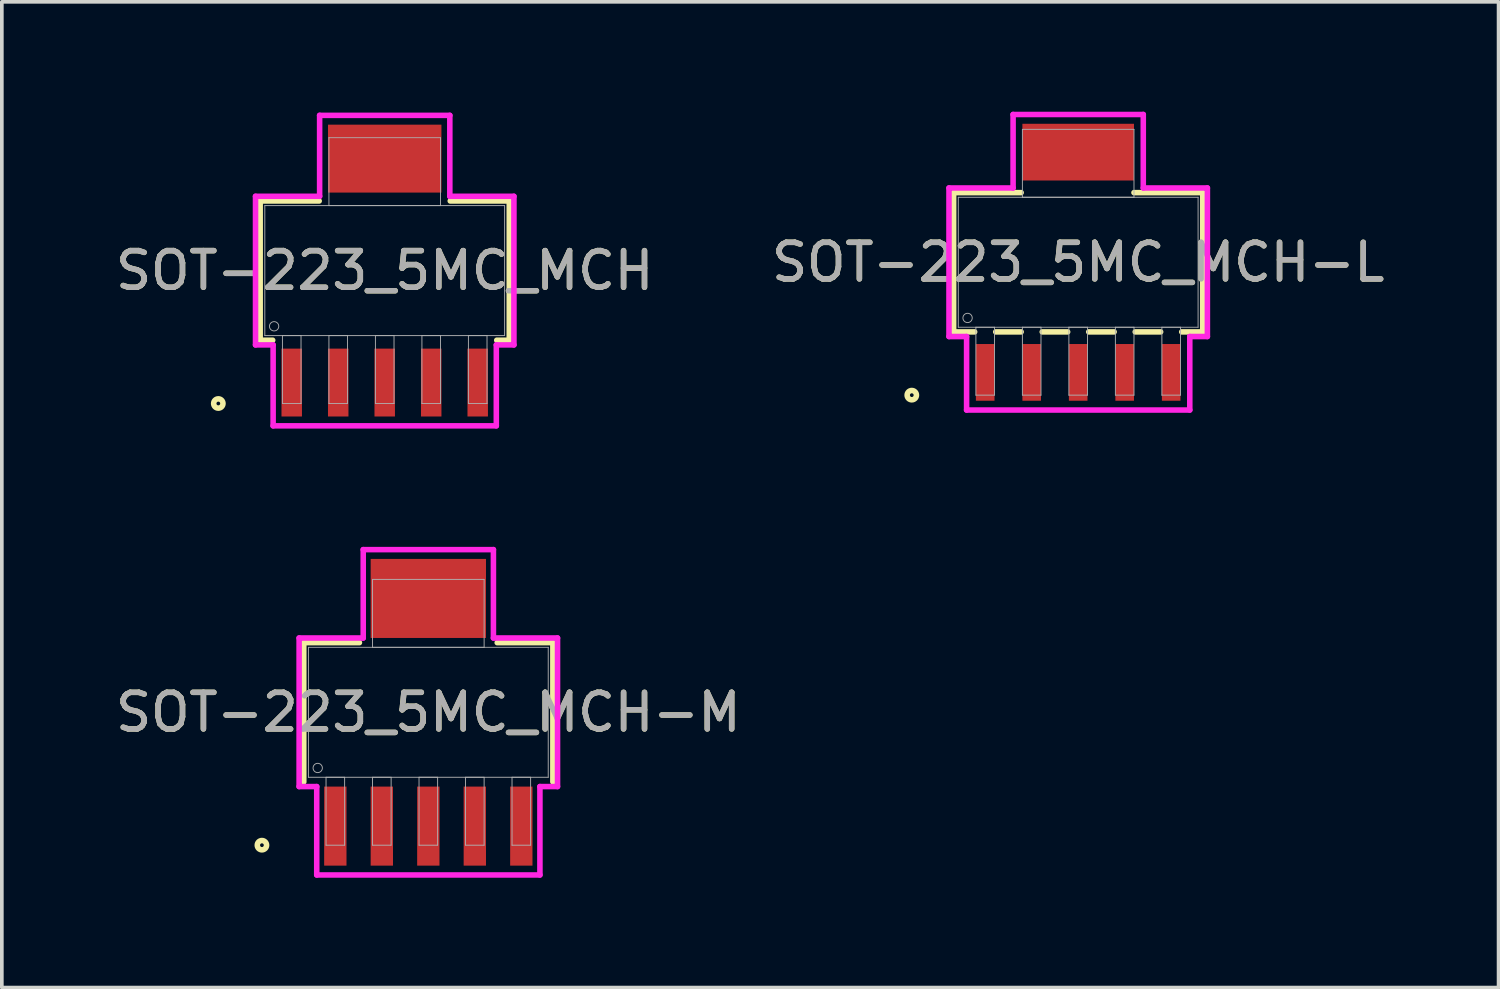
<source format=kicad_pcb>
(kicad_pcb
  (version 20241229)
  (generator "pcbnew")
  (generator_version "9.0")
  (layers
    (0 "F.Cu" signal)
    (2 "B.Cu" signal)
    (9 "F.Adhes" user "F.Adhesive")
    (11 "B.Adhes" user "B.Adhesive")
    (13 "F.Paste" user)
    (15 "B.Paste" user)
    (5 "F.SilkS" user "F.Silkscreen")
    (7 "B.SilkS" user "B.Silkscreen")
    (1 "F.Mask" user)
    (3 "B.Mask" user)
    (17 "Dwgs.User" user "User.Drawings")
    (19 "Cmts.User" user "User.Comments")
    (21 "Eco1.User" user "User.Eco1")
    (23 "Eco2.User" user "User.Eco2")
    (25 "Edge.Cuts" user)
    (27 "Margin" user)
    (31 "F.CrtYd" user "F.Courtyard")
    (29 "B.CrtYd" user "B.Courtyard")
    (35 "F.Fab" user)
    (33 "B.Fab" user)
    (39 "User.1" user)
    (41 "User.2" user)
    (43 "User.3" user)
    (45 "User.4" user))
  (footprint "SOT-223_5MC_MCH-L"
    (layer "F.Cu")
    (at 26.399 4.113)
    (property "Reference" "SOT-223_5MC_MCH-L" (at 0 0 0) (unlocked yes) (layer "F.SilkS") (effects (font (size 1 1) (thickness 0.15))))
    (attr smd)
    (fp_poly (pts (xy 1.524 -3.782) (xy -1.524 -3.782) (xy -1.524 -2.233) (xy 1.524 -2.233)) (stroke (width 0) (type solid)) (fill yes) (layer "F.Cu"))
    (fp_poly (pts (xy 1.524 -3.935) (xy -1.524 -3.935) (xy -1.524 -1.979) (xy 1.524 -1.979)) (stroke (width 0) (type solid)) (fill yes) (layer "F.Mask"))
    (fp_line (start -3.402 -1.902) (end -3.402 1.902) (stroke (width 0.152) (type solid)) (layer "F.SilkS"))
    (fp_line (start -3.402 1.902) (end -2.828 1.902) (stroke (width 0.152) (type solid)) (layer "F.SilkS"))
    (fp_line (start -2.252 1.902) (end -1.558 1.902) (stroke (width 0.152) (type solid)) (layer "F.SilkS"))
    (fp_line (start -1.558 -1.902) (end -3.402 -1.902) (stroke (width 0.152) (type solid)) (layer "F.SilkS"))
    (fp_line (start -0.982 1.902) (end -0.288 1.902) (stroke (width 0.152) (type solid)) (layer "F.SilkS"))
    (fp_line (start 0.288 1.902) (end 0.982 1.902) (stroke (width 0.152) (type solid)) (layer "F.SilkS"))
    (fp_line (start 1.558 1.902) (end 2.252 1.902) (stroke (width 0.152) (type solid)) (layer "F.SilkS"))
    (fp_line (start 2.828 1.902) (end 3.402 1.902) (stroke (width 0.152) (type solid)) (layer "F.SilkS"))
    (fp_line (start 3.402 -1.902) (end 1.524 -1.902) (stroke (width 0.152) (type solid)) (layer "F.SilkS"))
    (fp_line (start 3.402 1.902) (end 3.402 -1.902) (stroke (width 0.152) (type solid)) (layer "F.SilkS"))
    (fp_circle (center -4.545 3.63) (end -4.418 3.63) (stroke (width 0.152) (type solid)) (fill no) (layer "F.SilkS"))
    (fp_poly (pts (xy 1.524 -3.782) (xy -1.524 -3.782) (xy -1.524 -2.233) (xy 1.524 -2.233)) (stroke (width 0) (type solid)) (fill yes) (layer "F.Paste"))
    (fp_line (start -3.529 -2.029) (end -1.778 -2.029) (stroke (width 0.152) (type solid)) (layer "F.CrtYd"))
    (fp_line (start -3.529 2.029) (end -3.529 -2.029) (stroke (width 0.152) (type solid)) (layer "F.CrtYd"))
    (fp_line (start -3.048 2.029) (end -3.529 2.029) (stroke (width 0.152) (type solid)) (layer "F.CrtYd"))
    (fp_line (start -3.048 4.036) (end -3.048 2.029) (stroke (width 0.152) (type solid)) (layer "F.CrtYd"))
    (fp_line (start -1.778 -4.036) (end 1.778 -4.036) (stroke (width 0.152) (type solid)) (layer "F.CrtYd"))
    (fp_line (start -1.778 -2.029) (end -1.778 -4.036) (stroke (width 0.152) (type solid)) (layer "F.CrtYd"))
    (fp_line (start 1.778 -4.036) (end 1.778 -2.029) (stroke (width 0.152) (type solid)) (layer "F.CrtYd"))
    (fp_line (start 1.778 -2.029) (end 3.529 -2.029) (stroke (width 0.152) (type solid)) (layer "F.CrtYd"))
    (fp_line (start 3.048 2.029) (end 3.048 4.036) (stroke (width 0.152) (type solid)) (layer "F.CrtYd"))
    (fp_line (start 3.048 4.036) (end -3.048 4.036) (stroke (width 0.152) (type solid)) (layer "F.CrtYd"))
    (fp_line (start 3.529 -2.029) (end 3.529 2.029) (stroke (width 0.152) (type solid)) (layer "F.CrtYd"))
    (fp_line (start 3.529 2.029) (end 3.048 2.029) (stroke (width 0.152) (type solid)) (layer "F.CrtYd"))
    (fp_line (start -3.275 -1.775) (end -3.275 1.775) (stroke (width 0.025) (type solid)) (layer "F.Fab"))
    (fp_line (start -3.275 1.775) (end 3.275 1.775) (stroke (width 0.025) (type solid)) (layer "F.Fab"))
    (fp_line (start -2.794 1.775) (end -2.794 3.63) (stroke (width 0.025) (type solid)) (layer "F.Fab"))
    (fp_line (start -2.794 3.63) (end -2.286 3.63) (stroke (width 0.025) (type solid)) (layer "F.Fab"))
    (fp_line (start -2.286 1.775) (end -2.794 1.775) (stroke (width 0.025) (type solid)) (layer "F.Fab"))
    (fp_line (start -2.286 3.63) (end -2.286 1.775) (stroke (width 0.025) (type solid)) (layer "F.Fab"))
    (fp_line (start -1.524 -3.63) (end -1.524 -1.775) (stroke (width 0.025) (type solid)) (layer "F.Fab"))
    (fp_line (start -1.524 -1.775) (end 1.524 -1.775) (stroke (width 0.025) (type solid)) (layer "F.Fab"))
    (fp_line (start -1.524 1.775) (end -1.524 3.63) (stroke (width 0.025) (type solid)) (layer "F.Fab"))
    (fp_line (start -1.524 3.63) (end -1.016 3.63) (stroke (width 0.025) (type solid)) (layer "F.Fab"))
    (fp_line (start -1.016 1.775) (end -1.524 1.775) (stroke (width 0.025) (type solid)) (layer "F.Fab"))
    (fp_line (start -1.016 3.63) (end -1.016 1.775) (stroke (width 0.025) (type solid)) (layer "F.Fab"))
    (fp_line (start -0.254 1.775) (end -0.254 3.63) (stroke (width 0.025) (type solid)) (layer "F.Fab"))
    (fp_line (start -0.254 3.63) (end 0.254 3.63) (stroke (width 0.025) (type solid)) (layer "F.Fab"))
    (fp_line (start 0.254 1.775) (end -0.254 1.775) (stroke (width 0.025) (type solid)) (layer "F.Fab"))
    (fp_line (start 0.254 3.63) (end 0.254 1.775) (stroke (width 0.025) (type solid)) (layer "F.Fab"))
    (fp_line (start 1.016 1.775) (end 1.016 3.63) (stroke (width 0.025) (type solid)) (layer "F.Fab"))
    (fp_line (start 1.016 3.63) (end 1.524 3.63) (stroke (width 0.025) (type solid)) (layer "F.Fab"))
    (fp_line (start 1.524 -3.63) (end -1.524 -3.63) (stroke (width 0.025) (type solid)) (layer "F.Fab"))
    (fp_line (start 1.524 -1.775) (end 1.524 -3.63) (stroke (width 0.025) (type solid)) (layer "F.Fab"))
    (fp_line (start 1.524 1.775) (end 1.016 1.775) (stroke (width 0.025) (type solid)) (layer "F.Fab"))
    (fp_line (start 1.524 3.63) (end 1.524 1.775) (stroke (width 0.025) (type solid)) (layer "F.Fab"))
    (fp_line (start 2.286 1.775) (end 2.286 3.63) (stroke (width 0.025) (type solid)) (layer "F.Fab"))
    (fp_line (start 2.286 3.63) (end 2.794 3.63) (stroke (width 0.025) (type solid)) (layer "F.Fab"))
    (fp_line (start 2.794 1.775) (end 2.286 1.775) (stroke (width 0.025) (type solid)) (layer "F.Fab"))
    (fp_line (start 2.794 3.63) (end 2.794 1.775) (stroke (width 0.025) (type solid)) (layer "F.Fab"))
    (fp_line (start 3.275 -1.775) (end -3.275 -1.775) (stroke (width 0.025) (type solid)) (layer "F.Fab"))
    (fp_line (start 3.275 1.775) (end 3.275 -1.775) (stroke (width 0.025) (type solid)) (layer "F.Fab"))
    (fp_circle (center -3.021 1.521) (end -2.894 1.521) (stroke (width 0.025) (type solid)) (fill no) (layer "F.Fab"))
    (fp_text user "${REFERENCE}" (at 0 0 0) (unlocked yes) (layer "F.Fab") (effects (font (size 1 1) (thickness 0.15))))
    (pad "1" smd rect (at -2.54 3.008) (size 0.508 1.549) (layers "F.Cu" "F.Mask" "F.Paste"))
    (pad "2" smd rect (at -1.27 3.008) (size 0.508 1.549) (layers "F.Cu" "F.Mask" "F.Paste"))
    (pad "3" smd rect (at 0 3.008) (size 0.508 1.549) (layers "F.Cu" "F.Mask" "F.Paste"))
    (pad "4" smd rect (at 1.27 3.008) (size 0.508 1.549) (layers "F.Cu" "F.Mask" "F.Paste"))
    (pad "5" smd rect (at 2.54 3.008) (size 0.508 1.549) (layers "F.Cu" "F.Mask" "F.Paste")))
  (footprint "SOT-223_5MC_MCH-M"
    (layer "F.Cu")
    (at 8.649 16.405)
    (property "Reference" "SOT-223_5MC_MCH-M" (at 0 0 0) (unlocked yes) (layer "F.SilkS") (effects (font (size 1 1) (thickness 0.15))))
    (attr smd)
    (fp_poly (pts (xy 1.575 -4.189) (xy -1.575 -4.189) (xy -1.575 -2.03) (xy 1.575 -2.03)) (stroke (width 0) (type solid)) (fill yes) (layer "F.Cu"))
    (fp_poly (pts (xy 1.626 -4.748) (xy -1.626 -4.748) (xy -1.626 -1.573) (xy 1.626 -1.573)) (stroke (width 0) (type solid)) (fill yes) (layer "F.Mask"))
    (fp_line (start -3.402 -1.902) (end -3.402 1.902) (stroke (width 0.152) (type solid)) (layer "F.SilkS"))
    (fp_line (start -1.882 -1.902) (end -3.402 -1.902) (stroke (width 0.152) (type solid)) (layer "F.SilkS"))
    (fp_line (start 3.402 -1.902) (end 1.882 -1.902) (stroke (width 0.152) (type solid)) (layer "F.SilkS"))
    (fp_line (start 3.402 1.902) (end 3.402 -1.902) (stroke (width 0.152) (type solid)) (layer "F.SilkS"))
    (fp_circle (center -4.545 3.63) (end -4.418 3.63) (stroke (width 0.152) (type solid)) (fill no) (layer "F.SilkS"))
    (fp_poly (pts (xy 1.575 -4.189) (xy -1.575 -4.189) (xy -1.575 -2.03) (xy 1.575 -2.03)) (stroke (width 0) (type solid)) (fill yes) (layer "F.Paste"))
    (fp_line (start -3.529 -2.029) (end -1.778 -2.029) (stroke (width 0.152) (type solid)) (layer "F.CrtYd"))
    (fp_line (start -3.529 2.029) (end -3.529 -2.029) (stroke (width 0.152) (type solid)) (layer "F.CrtYd"))
    (fp_line (start -3.048 2.029) (end -3.529 2.029) (stroke (width 0.152) (type solid)) (layer "F.CrtYd"))
    (fp_line (start -3.048 4.443) (end -3.048 2.029) (stroke (width 0.152) (type solid)) (layer "F.CrtYd"))
    (fp_line (start -1.778 -4.443) (end 1.778 -4.443) (stroke (width 0.152) (type solid)) (layer "F.CrtYd"))
    (fp_line (start -1.778 -2.029) (end -1.778 -4.443) (stroke (width 0.152) (type solid)) (layer "F.CrtYd"))
    (fp_line (start 1.778 -4.443) (end 1.778 -2.029) (stroke (width 0.152) (type solid)) (layer "F.CrtYd"))
    (fp_line (start 1.778 -2.029) (end 3.529 -2.029) (stroke (width 0.152) (type solid)) (layer "F.CrtYd"))
    (fp_line (start 3.048 2.029) (end 3.048 4.443) (stroke (width 0.152) (type solid)) (layer "F.CrtYd"))
    (fp_line (start 3.048 4.443) (end -3.048 4.443) (stroke (width 0.152) (type solid)) (layer "F.CrtYd"))
    (fp_line (start 3.529 -2.029) (end 3.529 2.029) (stroke (width 0.152) (type solid)) (layer "F.CrtYd"))
    (fp_line (start 3.529 2.029) (end 3.048 2.029) (stroke (width 0.152) (type solid)) (layer "F.CrtYd"))
    (fp_line (start -3.275 -1.775) (end -3.275 1.775) (stroke (width 0.025) (type solid)) (layer "F.Fab"))
    (fp_line (start -3.275 1.775) (end 3.275 1.775) (stroke (width 0.025) (type solid)) (layer "F.Fab"))
    (fp_line (start -2.794 1.775) (end -2.794 3.63) (stroke (width 0.025) (type solid)) (layer "F.Fab"))
    (fp_line (start -2.794 3.63) (end -2.286 3.63) (stroke (width 0.025) (type solid)) (layer "F.Fab"))
    (fp_line (start -2.286 1.775) (end -2.794 1.775) (stroke (width 0.025) (type solid)) (layer "F.Fab"))
    (fp_line (start -2.286 3.63) (end -2.286 1.775) (stroke (width 0.025) (type solid)) (layer "F.Fab"))
    (fp_line (start -1.524 -3.63) (end -1.524 -1.775) (stroke (width 0.025) (type solid)) (layer "F.Fab"))
    (fp_line (start -1.524 -1.775) (end 1.524 -1.775) (stroke (width 0.025) (type solid)) (layer "F.Fab"))
    (fp_line (start -1.524 1.775) (end -1.524 3.63) (stroke (width 0.025) (type solid)) (layer "F.Fab"))
    (fp_line (start -1.524 3.63) (end -1.016 3.63) (stroke (width 0.025) (type solid)) (layer "F.Fab"))
    (fp_line (start -1.016 1.775) (end -1.524 1.775) (stroke (width 0.025) (type solid)) (layer "F.Fab"))
    (fp_line (start -1.016 3.63) (end -1.016 1.775) (stroke (width 0.025) (type solid)) (layer "F.Fab"))
    (fp_line (start -0.254 1.775) (end -0.254 3.63) (stroke (width 0.025) (type solid)) (layer "F.Fab"))
    (fp_line (start -0.254 3.63) (end 0.254 3.63) (stroke (width 0.025) (type solid)) (layer "F.Fab"))
    (fp_line (start 0.254 1.775) (end -0.254 1.775) (stroke (width 0.025) (type solid)) (layer "F.Fab"))
    (fp_line (start 0.254 3.63) (end 0.254 1.775) (stroke (width 0.025) (type solid)) (layer "F.Fab"))
    (fp_line (start 1.016 1.775) (end 1.016 3.63) (stroke (width 0.025) (type solid)) (layer "F.Fab"))
    (fp_line (start 1.016 3.63) (end 1.524 3.63) (stroke (width 0.025) (type solid)) (layer "F.Fab"))
    (fp_line (start 1.524 -3.63) (end -1.524 -3.63) (stroke (width 0.025) (type solid)) (layer "F.Fab"))
    (fp_line (start 1.524 -1.775) (end 1.524 -3.63) (stroke (width 0.025) (type solid)) (layer "F.Fab"))
    (fp_line (start 1.524 1.775) (end 1.016 1.775) (stroke (width 0.025) (type solid)) (layer "F.Fab"))
    (fp_line (start 1.524 3.63) (end 1.524 1.775) (stroke (width 0.025) (type solid)) (layer "F.Fab"))
    (fp_line (start 2.286 1.775) (end 2.286 3.63) (stroke (width 0.025) (type solid)) (layer "F.Fab"))
    (fp_line (start 2.286 3.63) (end 2.794 3.63) (stroke (width 0.025) (type solid)) (layer "F.Fab"))
    (fp_line (start 2.794 1.775) (end 2.286 1.775) (stroke (width 0.025) (type solid)) (layer "F.Fab"))
    (fp_line (start 2.794 3.63) (end 2.794 1.775) (stroke (width 0.025) (type solid)) (layer "F.Fab"))
    (fp_line (start 3.275 -1.775) (end -3.275 -1.775) (stroke (width 0.025) (type solid)) (layer "F.Fab"))
    (fp_line (start 3.275 1.775) (end 3.275 -1.775) (stroke (width 0.025) (type solid)) (layer "F.Fab"))
    (fp_circle (center -3.021 1.521) (end -2.894 1.521) (stroke (width 0.025) (type solid)) (fill no) (layer "F.Fab"))
    (fp_text user "${REFERENCE}" (at 0 0 0) (unlocked yes) (layer "F.Fab") (effects (font (size 1 1) (thickness 0.15))))
    (pad "1" smd rect (at -2.54 3.109) (size 0.61 2.159) (layers "F.Cu" "F.Mask" "F.Paste"))
    (pad "2" smd rect (at -1.27 3.109) (size 0.61 2.159) (layers "F.Cu" "F.Mask" "F.Paste"))
    (pad "3" smd rect (at 0 3.109) (size 0.61 2.159) (layers "F.Cu" "F.Mask" "F.Paste"))
    (pad "4" smd rect (at 1.27 3.109) (size 0.61 2.159) (layers "F.Cu" "F.Mask" "F.Paste"))
    (pad "5" smd rect (at 2.54 3.109) (size 0.61 2.159) (layers "F.Cu" "F.Mask" "F.Paste")))
  (footprint "SOT-223_5MC_MCH"
    (layer "F.Cu")
    (at 7.458 4.341)
    (property "Reference" "SOT-223_5MC_MCH" (at 0 0 0) (unlocked yes) (layer "F.SilkS") (effects (font (size 1 1) (thickness 0.15))))
    (attr smd)
    (fp_poly (pts (xy 1.549 -3.986) (xy -1.549 -3.986) (xy -1.549 -2.131) (xy 1.549 -2.131)) (stroke (width 0) (type solid)) (fill yes) (layer "F.Cu"))
    (fp_poly (pts (xy 1.575 -4.341) (xy -1.575 -4.341) (xy -1.575 -1.776) (xy 1.575 -1.776)) (stroke (width 0) (type solid)) (fill yes) (layer "F.Mask"))
    (fp_line (start -3.402 -1.902) (end -3.402 1.902) (stroke (width 0.152) (type solid)) (layer "F.SilkS"))
    (fp_line (start -3.402 1.902) (end -3.06 1.902) (stroke (width 0.152) (type solid)) (layer "F.SilkS"))
    (fp_line (start -1.79 -1.902) (end -3.402 -1.902) (stroke (width 0.152) (type solid)) (layer "F.SilkS"))
    (fp_line (start 3.06 1.902) (end 3.402 1.902) (stroke (width 0.152) (type solid)) (layer "F.SilkS"))
    (fp_line (start 3.402 -1.902) (end 1.79 -1.902) (stroke (width 0.152) (type solid)) (layer "F.SilkS"))
    (fp_line (start 3.402 1.902) (end 3.402 -1.902) (stroke (width 0.152) (type solid)) (layer "F.SilkS"))
    (fp_circle (center -4.545 3.63) (end -4.418 3.63) (stroke (width 0.152) (type solid)) (fill no) (layer "F.SilkS"))
    (fp_poly (pts (xy 1.549 -3.986) (xy -1.549 -3.986) (xy -1.549 -2.131) (xy 1.549 -2.131)) (stroke (width 0) (type solid)) (fill yes) (layer "F.Paste"))
    (fp_line (start -3.529 -2.029) (end -1.778 -2.029) (stroke (width 0.152) (type solid)) (layer "F.CrtYd"))
    (fp_line (start -3.529 2.029) (end -3.529 -2.029) (stroke (width 0.152) (type solid)) (layer "F.CrtYd"))
    (fp_line (start -3.048 2.029) (end -3.529 2.029) (stroke (width 0.152) (type solid)) (layer "F.CrtYd"))
    (fp_line (start -3.048 4.24) (end -3.048 2.029) (stroke (width 0.152) (type solid)) (layer "F.CrtYd"))
    (fp_line (start -1.778 -4.24) (end 1.778 -4.24) (stroke (width 0.152) (type solid)) (layer "F.CrtYd"))
    (fp_line (start -1.778 -2.029) (end -1.778 -4.24) (stroke (width 0.152) (type solid)) (layer "F.CrtYd"))
    (fp_line (start 1.778 -4.24) (end 1.778 -2.029) (stroke (width 0.152) (type solid)) (layer "F.CrtYd"))
    (fp_line (start 1.778 -2.029) (end 3.529 -2.029) (stroke (width 0.152) (type solid)) (layer "F.CrtYd"))
    (fp_line (start 3.048 2.029) (end 3.048 4.24) (stroke (width 0.152) (type solid)) (layer "F.CrtYd"))
    (fp_line (start 3.048 4.24) (end -3.048 4.24) (stroke (width 0.152) (type solid)) (layer "F.CrtYd"))
    (fp_line (start 3.529 -2.029) (end 3.529 2.029) (stroke (width 0.152) (type solid)) (layer "F.CrtYd"))
    (fp_line (start 3.529 2.029) (end 3.048 2.029) (stroke (width 0.152) (type solid)) (layer "F.CrtYd"))
    (fp_line (start -3.275 -1.775) (end -3.275 1.775) (stroke (width 0.025) (type solid)) (layer "F.Fab"))
    (fp_line (start -3.275 1.775) (end 3.275 1.775) (stroke (width 0.025) (type solid)) (layer "F.Fab"))
    (fp_line (start -2.794 1.775) (end -2.794 3.63) (stroke (width 0.025) (type solid)) (layer "F.Fab"))
    (fp_line (start -2.794 3.63) (end -2.286 3.63) (stroke (width 0.025) (type solid)) (layer "F.Fab"))
    (fp_line (start -2.286 1.775) (end -2.794 1.775) (stroke (width 0.025) (type solid)) (layer "F.Fab"))
    (fp_line (start -2.286 3.63) (end -2.286 1.775) (stroke (width 0.025) (type solid)) (layer "F.Fab"))
    (fp_line (start -1.524 -3.63) (end -1.524 -1.775) (stroke (width 0.025) (type solid)) (layer "F.Fab"))
    (fp_line (start -1.524 -1.775) (end 1.524 -1.775) (stroke (width 0.025) (type solid)) (layer "F.Fab"))
    (fp_line (start -1.524 1.775) (end -1.524 3.63) (stroke (width 0.025) (type solid)) (layer "F.Fab"))
    (fp_line (start -1.524 3.63) (end -1.016 3.63) (stroke (width 0.025) (type solid)) (layer "F.Fab"))
    (fp_line (start -1.016 1.775) (end -1.524 1.775) (stroke (width 0.025) (type solid)) (layer "F.Fab"))
    (fp_line (start -1.016 3.63) (end -1.016 1.775) (stroke (width 0.025) (type solid)) (layer "F.Fab"))
    (fp_line (start -0.254 1.775) (end -0.254 3.63) (stroke (width 0.025) (type solid)) (layer "F.Fab"))
    (fp_line (start -0.254 3.63) (end 0.254 3.63) (stroke (width 0.025) (type solid)) (layer "F.Fab"))
    (fp_line (start 0.254 1.775) (end -0.254 1.775) (stroke (width 0.025) (type solid)) (layer "F.Fab"))
    (fp_line (start 0.254 3.63) (end 0.254 1.775) (stroke (width 0.025) (type solid)) (layer "F.Fab"))
    (fp_line (start 1.016 1.775) (end 1.016 3.63) (stroke (width 0.025) (type solid)) (layer "F.Fab"))
    (fp_line (start 1.016 3.63) (end 1.524 3.63) (stroke (width 0.025) (type solid)) (layer "F.Fab"))
    (fp_line (start 1.524 -3.63) (end -1.524 -3.63) (stroke (width 0.025) (type solid)) (layer "F.Fab"))
    (fp_line (start 1.524 -1.775) (end 1.524 -3.63) (stroke (width 0.025) (type solid)) (layer "F.Fab"))
    (fp_line (start 1.524 1.775) (end 1.016 1.775) (stroke (width 0.025) (type solid)) (layer "F.Fab"))
    (fp_line (start 1.524 3.63) (end 1.524 1.775) (stroke (width 0.025) (type solid)) (layer "F.Fab"))
    (fp_line (start 2.286 1.775) (end 2.286 3.63) (stroke (width 0.025) (type solid)) (layer "F.Fab"))
    (fp_line (start 2.286 3.63) (end 2.794 3.63) (stroke (width 0.025) (type solid)) (layer "F.Fab"))
    (fp_line (start 2.794 1.775) (end 2.286 1.775) (stroke (width 0.025) (type solid)) (layer "F.Fab"))
    (fp_line (start 2.794 3.63) (end 2.794 1.775) (stroke (width 0.025) (type solid)) (layer "F.Fab"))
    (fp_line (start 3.275 -1.775) (end -3.275 -1.775) (stroke (width 0.025) (type solid)) (layer "F.Fab"))
    (fp_line (start 3.275 1.775) (end 3.275 -1.775) (stroke (width 0.025) (type solid)) (layer "F.Fab"))
    (fp_circle (center -3.021 1.521) (end -2.894 1.521) (stroke (width 0.025) (type solid)) (fill no) (layer "F.Fab"))
    (fp_text user "${REFERENCE}" (at 0 0 0) (unlocked yes) (layer "F.Fab") (effects (font (size 1 1) (thickness 0.15))))
    (pad "1" smd rect (at -2.54 3.058) (size 0.559 1.854) (layers "F.Cu" "F.Mask" "F.Paste"))
    (pad "2" smd rect (at -1.27 3.058) (size 0.559 1.854) (layers "F.Cu" "F.Mask" "F.Paste"))
    (pad "3" smd rect (at 0 3.058) (size 0.559 1.854) (layers "F.Cu" "F.Mask" "F.Paste"))
    (pad "4" smd rect (at 1.27 3.058) (size 0.559 1.854) (layers "F.Cu" "F.Mask" "F.Paste"))
    (pad "5" smd rect (at 2.54 3.058) (size 0.559 1.854) (layers "F.Cu" "F.Mask" "F.Paste")))
  (gr_rect
    (start -3 -3)
    (end 37.881 23.924)
    (stroke (width 0.1) (type default))
    (fill no)
    (layer "Edge.Cuts")))
</source>
